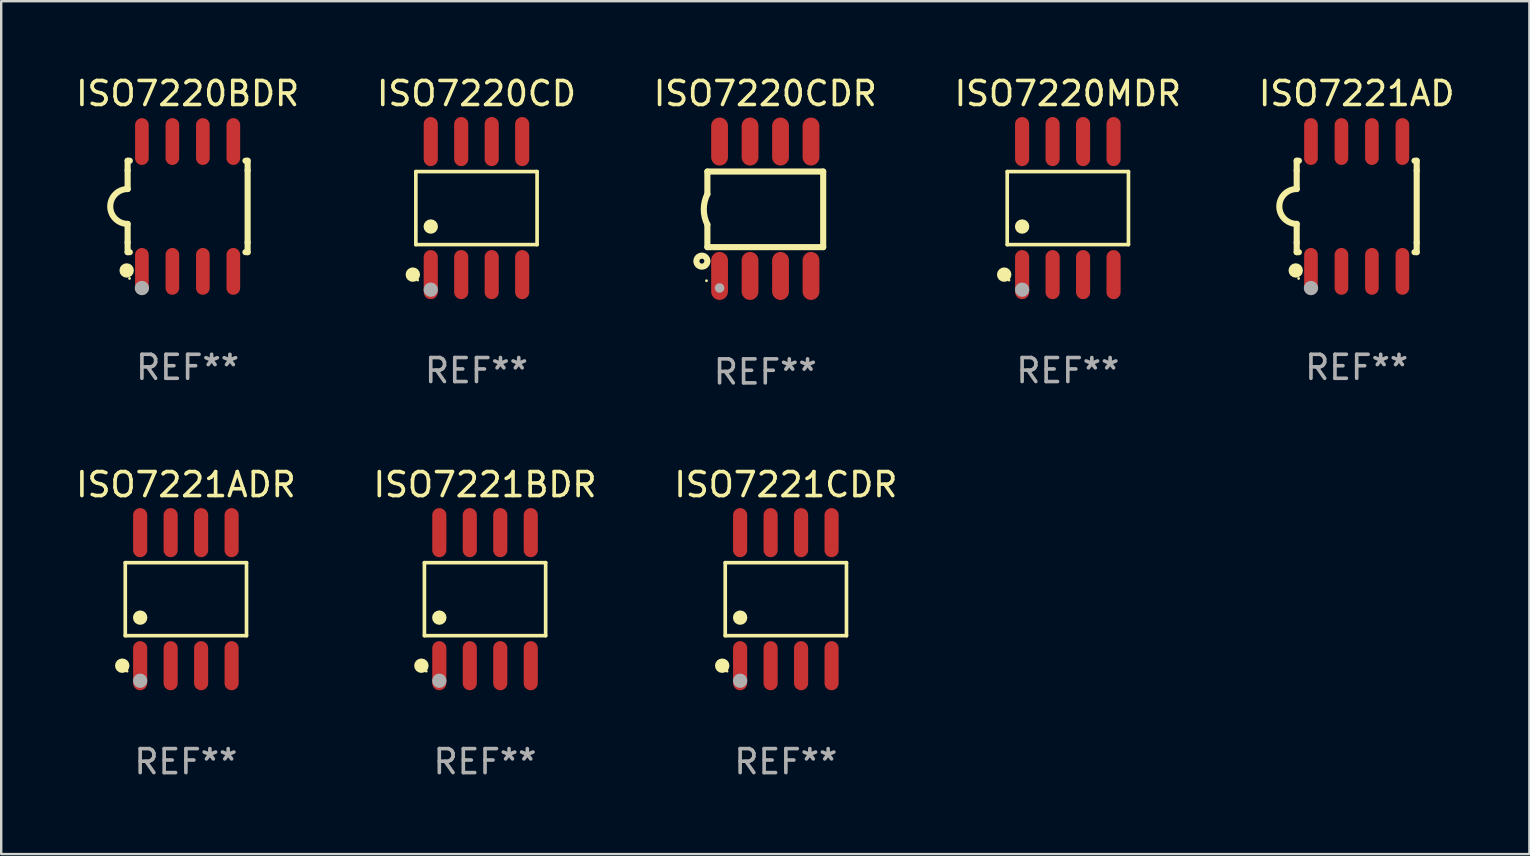
<source format=kicad_pcb>
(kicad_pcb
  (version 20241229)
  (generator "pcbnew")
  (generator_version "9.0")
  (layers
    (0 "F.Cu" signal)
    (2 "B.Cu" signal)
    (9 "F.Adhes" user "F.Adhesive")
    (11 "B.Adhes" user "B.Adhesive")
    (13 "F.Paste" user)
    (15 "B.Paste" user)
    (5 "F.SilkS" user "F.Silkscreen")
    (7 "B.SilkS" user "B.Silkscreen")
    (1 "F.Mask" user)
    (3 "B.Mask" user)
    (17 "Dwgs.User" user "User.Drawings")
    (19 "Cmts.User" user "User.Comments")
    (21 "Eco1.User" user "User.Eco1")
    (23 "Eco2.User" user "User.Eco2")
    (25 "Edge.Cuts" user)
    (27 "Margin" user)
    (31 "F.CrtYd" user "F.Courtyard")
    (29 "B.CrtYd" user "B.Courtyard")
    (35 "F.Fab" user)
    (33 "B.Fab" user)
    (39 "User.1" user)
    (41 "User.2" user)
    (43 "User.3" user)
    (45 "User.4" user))
  (footprint "ISO7220BDR"
    (layer "F.Cu")
    (at 4.768 5.553)
    (property "Reference" "ISO7220BDR" (at 0 -4.705 0) (layer "F.SilkS") (effects (font (size 1 1) (thickness 0.15))))
    (attr through_hole)
    (fp_line (start -2.5 -1.905) (end -2.409 -1.905) (stroke (width 0.254) (type solid)) (layer "F.SilkS"))
    (fp_line (start -2.5 -1.5) (end -2.5 -1.905) (stroke (width 0.254) (type solid)) (layer "F.SilkS"))
    (fp_line (start -2.5 -1.5) (end -2.5 -0.726) (stroke (width 0.254) (type solid)) (layer "F.SilkS"))
    (fp_line (start -2.5 1.5) (end -2.5 0.727) (stroke (width 0.254) (type solid)) (layer "F.SilkS"))
    (fp_line (start -2.5 1.5) (end -2.5 1.905) (stroke (width 0.254) (type solid)) (layer "F.SilkS"))
    (fp_line (start -2.5 1.905) (end -2.409 1.905) (stroke (width 0.254) (type solid)) (layer "F.SilkS"))
    (fp_line (start 2.5 -1.905) (end 2.409 -1.905) (stroke (width 0.254) (type solid)) (layer "F.SilkS"))
    (fp_line (start 2.5 -1.5) (end 2.5 -1.905) (stroke (width 0.254) (type solid)) (layer "F.SilkS"))
    (fp_line (start 2.5 -1.5) (end 2.5 1.5) (stroke (width 0.254) (type solid)) (layer "F.SilkS"))
    (fp_line (start 2.5 1.5) (end 2.5 1.905) (stroke (width 0.254) (type solid)) (layer "F.SilkS"))
    (fp_line (start 2.5 1.905) (end 2.409 1.905) (stroke (width 0.254) (type solid)) (layer "F.SilkS"))
    (fp_arc (start -2.5 0.726568) (mid -3.220316 -0.0023) (end -2.495097 -0.726289) (stroke (width 0.254001) (type solid)) (layer "F.SilkS"))
    (fp_circle (center -2.54 2.667) (end -2.39 2.667) (stroke (width 0.3) (type solid)) (fill no) (layer "F.SilkS"))
    (fp_circle (center -2.42 3) (end -2.39 3) (stroke (width 0.06) (type solid)) (fill no) (layer "F.SilkS"))
    (fp_circle (center -1.905 3.4) (end -1.755 3.4) (stroke (width 0.3) (type solid)) (fill no) (layer "F.Fab"))
    (fp_text user "REF**" (at 0 6.705 0) (layer "F.Fab") (effects (font (size 1 1) (thickness 0.15))))
    (pad "1" smd oval (at -1.905 2.705) (size 0.568 1.95) (layers "F.Cu" "F.Mask" "F.Paste"))
    (pad "2" smd oval (at -0.635 2.705) (size 0.568 1.95) (layers "F.Cu" "F.Mask" "F.Paste"))
    (pad "3" smd oval (at 0.635 2.705) (size 0.568 1.95) (layers "F.Cu" "F.Mask" "F.Paste"))
    (pad "4" smd oval (at 1.905 2.705) (size 0.568 1.95) (layers "F.Cu" "F.Mask" "F.Paste"))
    (pad "5" smd oval (at 1.905 -2.705) (size 0.568 1.95) (layers "F.Cu" "F.Mask" "F.Paste"))
    (pad "6" smd oval (at 0.635 -2.705) (size 0.568 1.95) (layers "F.Cu" "F.Mask" "F.Paste"))
    (pad "7" smd oval (at -0.635 -2.705) (size 0.568 1.95) (layers "F.Cu" "F.Mask" "F.Paste"))
    (pad "8" smd oval (at -1.905 -2.705) (size 0.568 1.95) (layers "F.Cu" "F.Mask" "F.Paste")))
  (footprint "ISO7220CDR"
    (layer "F.Cu")
    (at 28.839 5.648)
    (property "Reference" "ISO7220CDR" (at 0 -4.8 0) (layer "F.SilkS") (effects (font (size 1 1) (thickness 0.15))))
    (attr through_hole)
    (fp_line (start -2.413 -1.55) (end -2.413 -0.61) (stroke (width 0.254) (type solid)) (layer "F.SilkS"))
    (fp_line (start -2.413 0.66) (end -2.413 1.6) (stroke (width 0.254) (type solid)) (layer "F.SilkS"))
    (fp_line (start -2.413 1.6) (end 2.413 1.6) (stroke (width 0.254) (type solid)) (layer "F.SilkS"))
    (fp_line (start 2.413 -1.55) (end -2.413 -1.55) (stroke (width 0.254) (type solid)) (layer "F.SilkS"))
    (fp_line (start 2.413 1.6) (end 2.413 -1.55) (stroke (width 0.254) (type solid)) (layer "F.SilkS"))
    (fp_arc (start -2.413005 0.6603) (mid -2.562909 0.025298) (end -2.413005 -0.609703) (stroke (width 0.254001) (type solid)) (layer "F.SilkS"))
    (fp_circle (center -2.642 2.184) (end -2.54 2.184) (stroke (width 0.254) (type solid)) (fill no) (layer "F.SilkS"))
    (fp_circle (center -2.45 3) (end -2.42 3) (stroke (width 0.06) (type solid)) (fill no) (layer "F.SilkS"))
    (fp_circle (center -1.905 3.302) (end -1.805 3.302) (stroke (width 0.2) (type solid)) (fill no) (layer "F.Fab"))
    (fp_text user "REF**" (at 0 6.8 0) (layer "F.Fab") (effects (font (size 1 1) (thickness 0.15))))
    (pad "1" smd oval (at -1.905 2.8 180) (size 0.7 2) (layers "F.Cu" "F.Mask" "F.Paste"))
    (pad "2" smd oval (at -0.635 2.8 180) (size 0.7 2) (layers "F.Cu" "F.Mask" "F.Paste"))
    (pad "3" smd oval (at 0.635 2.8 180) (size 0.7 2) (layers "F.Cu" "F.Mask" "F.Paste"))
    (pad "4" smd oval (at 1.905 2.8 180) (size 0.7 2) (layers "F.Cu" "F.Mask" "F.Paste"))
    (pad "5" smd oval (at 1.905 -2.8 180) (size 0.7 2) (layers "F.Cu" "F.Mask" "F.Paste"))
    (pad "6" smd oval (at 0.635 -2.8 180) (size 0.7 2) (layers "F.Cu" "F.Mask" "F.Paste"))
    (pad "7" smd oval (at -0.635 -2.8 180) (size 0.7 2) (layers "F.Cu" "F.Mask" "F.Paste"))
    (pad "8" smd oval (at -1.905 -2.8 180) (size 0.7 2) (layers "F.Cu" "F.Mask" "F.Paste")))
  (footprint "ISO7220CD"
    (layer "F.Cu")
    (at 16.804 5.621)
    (property "Reference" "ISO7220CD" (at 0 -4.772 0) (layer "F.SilkS") (effects (font (size 1 1) (thickness 0.15))))
    (attr through_hole)
    (fp_line (start -2.526 -1.521) (end 2.526 -1.521) (stroke (width 0.152) (type solid)) (layer "F.SilkS"))
    (fp_line (start -2.526 1.521) (end -2.526 -1.521) (stroke (width 0.152) (type solid)) (layer "F.SilkS"))
    (fp_line (start 2.526 -1.521) (end 2.526 1.521) (stroke (width 0.152) (type solid)) (layer "F.SilkS"))
    (fp_line (start 2.526 1.521) (end -2.526 1.521) (stroke (width 0.152) (type solid)) (layer "F.SilkS"))
    (fp_circle (center -2.652 2.772) (end -2.501 2.772) (stroke (width 0.3) (type solid)) (fill no) (layer "F.SilkS"))
    (fp_circle (center -2.45 3) (end -2.42 3) (stroke (width 0.06) (type solid)) (fill no) (layer "F.SilkS"))
    (fp_circle (center -1.905 0.769) (end -1.755 0.769) (stroke (width 0.3) (type solid)) (fill no) (layer "F.SilkS"))
    (fp_circle (center -1.905 3.4) (end -1.755 3.4) (stroke (width 0.3) (type solid)) (fill no) (layer "F.Fab"))
    (fp_text user "REF**" (at 0 6.772 0) (layer "F.Fab") (effects (font (size 1 1) (thickness 0.15))))
    (pad "1" smd oval (at -1.905 2.772) (size 0.588 2.045) (layers "F.Cu" "F.Mask" "F.Paste"))
    (pad "2" smd oval (at -0.635 2.772) (size 0.588 2.045) (layers "F.Cu" "F.Mask" "F.Paste"))
    (pad "3" smd oval (at 0.635 2.772) (size 0.588 2.045) (layers "F.Cu" "F.Mask" "F.Paste"))
    (pad "4" smd oval (at 1.905 2.772) (size 0.588 2.045) (layers "F.Cu" "F.Mask" "F.Paste"))
    (pad "5" smd oval (at 1.905 -2.772) (size 0.588 2.045) (layers "F.Cu" "F.Mask" "F.Paste"))
    (pad "6" smd oval (at 0.635 -2.772) (size 0.588 2.045) (layers "F.Cu" "F.Mask" "F.Paste"))
    (pad "7" smd oval (at -0.635 -2.772) (size 0.588 2.045) (layers "F.Cu" "F.Mask" "F.Paste"))
    (pad "8" smd oval (at -1.905 -2.772) (size 0.588 2.045) (layers "F.Cu" "F.Mask" "F.Paste")))
  (footprint "ISO7220MDR"
    (layer "F.Cu")
    (at 41.446 5.621)
    (property "Reference" "ISO7220MDR" (at 0 -4.772 0) (layer "F.SilkS") (effects (font (size 1 1) (thickness 0.15))))
    (attr through_hole)
    (fp_line (start -2.526 -1.521) (end 2.526 -1.521) (stroke (width 0.152) (type solid)) (layer "F.SilkS"))
    (fp_line (start -2.526 1.521) (end -2.526 -1.521) (stroke (width 0.152) (type solid)) (layer "F.SilkS"))
    (fp_line (start 2.526 -1.521) (end 2.526 1.521) (stroke (width 0.152) (type solid)) (layer "F.SilkS"))
    (fp_line (start 2.526 1.521) (end -2.526 1.521) (stroke (width 0.152) (type solid)) (layer "F.SilkS"))
    (fp_circle (center -2.652 2.772) (end -2.501 2.772) (stroke (width 0.3) (type solid)) (fill no) (layer "F.SilkS"))
    (fp_circle (center -2.45 3) (end -2.42 3) (stroke (width 0.06) (type solid)) (fill no) (layer "F.SilkS"))
    (fp_circle (center -1.905 0.769) (end -1.755 0.769) (stroke (width 0.3) (type solid)) (fill no) (layer "F.SilkS"))
    (fp_circle (center -1.905 3.4) (end -1.755 3.4) (stroke (width 0.3) (type solid)) (fill no) (layer "F.Fab"))
    (fp_text user "REF**" (at 0 6.772 0) (layer "F.Fab") (effects (font (size 1 1) (thickness 0.15))))
    (pad "1" smd oval (at -1.905 2.772) (size 0.588 2.045) (layers "F.Cu" "F.Mask" "F.Paste"))
    (pad "2" smd oval (at -0.635 2.772) (size 0.588 2.045) (layers "F.Cu" "F.Mask" "F.Paste"))
    (pad "3" smd oval (at 0.635 2.772) (size 0.588 2.045) (layers "F.Cu" "F.Mask" "F.Paste"))
    (pad "4" smd oval (at 1.905 2.772) (size 0.588 2.045) (layers "F.Cu" "F.Mask" "F.Paste"))
    (pad "5" smd oval (at 1.905 -2.772) (size 0.588 2.045) (layers "F.Cu" "F.Mask" "F.Paste"))
    (pad "6" smd oval (at 0.635 -2.772) (size 0.588 2.045) (layers "F.Cu" "F.Mask" "F.Paste"))
    (pad "7" smd oval (at -0.635 -2.772) (size 0.588 2.045) (layers "F.Cu" "F.Mask" "F.Paste"))
    (pad "8" smd oval (at -1.905 -2.772) (size 0.588 2.045) (layers "F.Cu" "F.Mask" "F.Paste")))
  (footprint "ISO7221BDR"
    (layer "F.Cu")
    (at 17.161 21.917)
    (property "Reference" "ISO7221BDR" (at 0 -4.772 0) (layer "F.SilkS") (effects (font (size 1 1) (thickness 0.15))))
    (attr through_hole)
    (fp_line (start -2.526 -1.521) (end 2.526 -1.521) (stroke (width 0.152) (type solid)) (layer "F.SilkS"))
    (fp_line (start -2.526 1.521) (end -2.526 -1.521) (stroke (width 0.152) (type solid)) (layer "F.SilkS"))
    (fp_line (start 2.526 -1.521) (end 2.526 1.521) (stroke (width 0.152) (type solid)) (layer "F.SilkS"))
    (fp_line (start 2.526 1.521) (end -2.526 1.521) (stroke (width 0.152) (type solid)) (layer "F.SilkS"))
    (fp_circle (center -2.652 2.772) (end -2.501 2.772) (stroke (width 0.3) (type solid)) (fill no) (layer "F.SilkS"))
    (fp_circle (center -2.45 3) (end -2.42 3) (stroke (width 0.06) (type solid)) (fill no) (layer "F.SilkS"))
    (fp_circle (center -1.905 0.769) (end -1.755 0.769) (stroke (width 0.3) (type solid)) (fill no) (layer "F.SilkS"))
    (fp_circle (center -1.905 3.4) (end -1.755 3.4) (stroke (width 0.3) (type solid)) (fill no) (layer "F.Fab"))
    (fp_text user "REF**" (at 0 6.772 0) (layer "F.Fab") (effects (font (size 1 1) (thickness 0.15))))
    (pad "1" smd oval (at -1.905 2.772) (size 0.588 2.045) (layers "F.Cu" "F.Mask" "F.Paste"))
    (pad "2" smd oval (at -0.635 2.772) (size 0.588 2.045) (layers "F.Cu" "F.Mask" "F.Paste"))
    (pad "3" smd oval (at 0.635 2.772) (size 0.588 2.045) (layers "F.Cu" "F.Mask" "F.Paste"))
    (pad "4" smd oval (at 1.905 2.772) (size 0.588 2.045) (layers "F.Cu" "F.Mask" "F.Paste"))
    (pad "5" smd oval (at 1.905 -2.772) (size 0.588 2.045) (layers "F.Cu" "F.Mask" "F.Paste"))
    (pad "6" smd oval (at 0.635 -2.772) (size 0.588 2.045) (layers "F.Cu" "F.Mask" "F.Paste"))
    (pad "7" smd oval (at -0.635 -2.772) (size 0.588 2.045) (layers "F.Cu" "F.Mask" "F.Paste"))
    (pad "8" smd oval (at -1.905 -2.772) (size 0.588 2.045) (layers "F.Cu" "F.Mask" "F.Paste")))
  (footprint "ISO7221CDR"
    (layer "F.Cu")
    (at 29.696 21.917)
    (property "Reference" "ISO7221CDR" (at 0 -4.772 0) (layer "F.SilkS") (effects (font (size 1 1) (thickness 0.15))))
    (attr through_hole)
    (fp_line (start -2.526 -1.521) (end 2.526 -1.521) (stroke (width 0.152) (type solid)) (layer "F.SilkS"))
    (fp_line (start -2.526 1.521) (end -2.526 -1.521) (stroke (width 0.152) (type solid)) (layer "F.SilkS"))
    (fp_line (start 2.526 -1.521) (end 2.526 1.521) (stroke (width 0.152) (type solid)) (layer "F.SilkS"))
    (fp_line (start 2.526 1.521) (end -2.526 1.521) (stroke (width 0.152) (type solid)) (layer "F.SilkS"))
    (fp_circle (center -2.652 2.772) (end -2.501 2.772) (stroke (width 0.3) (type solid)) (fill no) (layer "F.SilkS"))
    (fp_circle (center -2.45 3) (end -2.42 3) (stroke (width 0.06) (type solid)) (fill no) (layer "F.SilkS"))
    (fp_circle (center -1.905 0.769) (end -1.755 0.769) (stroke (width 0.3) (type solid)) (fill no) (layer "F.SilkS"))
    (fp_circle (center -1.905 3.4) (end -1.755 3.4) (stroke (width 0.3) (type solid)) (fill no) (layer "F.Fab"))
    (fp_text user "REF**" (at 0 6.772 0) (layer "F.Fab") (effects (font (size 1 1) (thickness 0.15))))
    (pad "1" smd oval (at -1.905 2.772) (size 0.588 2.045) (layers "F.Cu" "F.Mask" "F.Paste"))
    (pad "2" smd oval (at -0.635 2.772) (size 0.588 2.045) (layers "F.Cu" "F.Mask" "F.Paste"))
    (pad "3" smd oval (at 0.635 2.772) (size 0.588 2.045) (layers "F.Cu" "F.Mask" "F.Paste"))
    (pad "4" smd oval (at 1.905 2.772) (size 0.588 2.045) (layers "F.Cu" "F.Mask" "F.Paste"))
    (pad "5" smd oval (at 1.905 -2.772) (size 0.588 2.045) (layers "F.Cu" "F.Mask" "F.Paste"))
    (pad "6" smd oval (at 0.635 -2.772) (size 0.588 2.045) (layers "F.Cu" "F.Mask" "F.Paste"))
    (pad "7" smd oval (at -0.635 -2.772) (size 0.588 2.045) (layers "F.Cu" "F.Mask" "F.Paste"))
    (pad "8" smd oval (at -1.905 -2.772) (size 0.588 2.045) (layers "F.Cu" "F.Mask" "F.Paste")))
  (footprint "ISO7221ADR"
    (layer "F.Cu")
    (at 4.696 21.917)
    (property "Reference" "ISO7221ADR" (at 0 -4.772 0) (layer "F.SilkS") (effects (font (size 1 1) (thickness 0.15))))
    (attr through_hole)
    (fp_line (start -2.526 -1.521) (end 2.526 -1.521) (stroke (width 0.152) (type solid)) (layer "F.SilkS"))
    (fp_line (start -2.526 1.521) (end -2.526 -1.521) (stroke (width 0.152) (type solid)) (layer "F.SilkS"))
    (fp_line (start 2.526 -1.521) (end 2.526 1.521) (stroke (width 0.152) (type solid)) (layer "F.SilkS"))
    (fp_line (start 2.526 1.521) (end -2.526 1.521) (stroke (width 0.152) (type solid)) (layer "F.SilkS"))
    (fp_circle (center -2.652 2.772) (end -2.501 2.772) (stroke (width 0.3) (type solid)) (fill no) (layer "F.SilkS"))
    (fp_circle (center -2.45 3) (end -2.42 3) (stroke (width 0.06) (type solid)) (fill no) (layer "F.SilkS"))
    (fp_circle (center -1.905 0.769) (end -1.755 0.769) (stroke (width 0.3) (type solid)) (fill no) (layer "F.SilkS"))
    (fp_circle (center -1.905 3.4) (end -1.755 3.4) (stroke (width 0.3) (type solid)) (fill no) (layer "F.Fab"))
    (fp_text user "REF**" (at 0 6.772 0) (layer "F.Fab") (effects (font (size 1 1) (thickness 0.15))))
    (pad "1" smd oval (at -1.905 2.772) (size 0.588 2.045) (layers "F.Cu" "F.Mask" "F.Paste"))
    (pad "2" smd oval (at -0.635 2.772) (size 0.588 2.045) (layers "F.Cu" "F.Mask" "F.Paste"))
    (pad "3" smd oval (at 0.635 2.772) (size 0.588 2.045) (layers "F.Cu" "F.Mask" "F.Paste"))
    (pad "4" smd oval (at 1.905 2.772) (size 0.588 2.045) (layers "F.Cu" "F.Mask" "F.Paste"))
    (pad "5" smd oval (at 1.905 -2.772) (size 0.588 2.045) (layers "F.Cu" "F.Mask" "F.Paste"))
    (pad "6" smd oval (at 0.635 -2.772) (size 0.588 2.045) (layers "F.Cu" "F.Mask" "F.Paste"))
    (pad "7" smd oval (at -0.635 -2.772) (size 0.588 2.045) (layers "F.Cu" "F.Mask" "F.Paste"))
    (pad "8" smd oval (at -1.905 -2.772) (size 0.588 2.045) (layers "F.Cu" "F.Mask" "F.Paste")))
  (footprint "ISO7221AD"
    (layer "F.Cu")
    (at 53.482 5.553)
    (property "Reference" "ISO7221AD" (at 0 -4.705 0) (layer "F.SilkS") (effects (font (size 1 1) (thickness 0.15))))
    (attr through_hole)
    (fp_line (start -2.5 -1.905) (end -2.409 -1.905) (stroke (width 0.254) (type solid)) (layer "F.SilkS"))
    (fp_line (start -2.5 -1.5) (end -2.5 -1.905) (stroke (width 0.254) (type solid)) (layer "F.SilkS"))
    (fp_line (start -2.5 -1.5) (end -2.5 -0.726) (stroke (width 0.254) (type solid)) (layer "F.SilkS"))
    (fp_line (start -2.5 1.5) (end -2.5 0.727) (stroke (width 0.254) (type solid)) (layer "F.SilkS"))
    (fp_line (start -2.5 1.5) (end -2.5 1.905) (stroke (width 0.254) (type solid)) (layer "F.SilkS"))
    (fp_line (start -2.5 1.905) (end -2.409 1.905) (stroke (width 0.254) (type solid)) (layer "F.SilkS"))
    (fp_line (start 2.5 -1.905) (end 2.409 -1.905) (stroke (width 0.254) (type solid)) (layer "F.SilkS"))
    (fp_line (start 2.5 -1.5) (end 2.5 -1.905) (stroke (width 0.254) (type solid)) (layer "F.SilkS"))
    (fp_line (start 2.5 -1.5) (end 2.5 1.5) (stroke (width 0.254) (type solid)) (layer "F.SilkS"))
    (fp_line (start 2.5 1.5) (end 2.5 1.905) (stroke (width 0.254) (type solid)) (layer "F.SilkS"))
    (fp_line (start 2.5 1.905) (end 2.409 1.905) (stroke (width 0.254) (type solid)) (layer "F.SilkS"))
    (fp_arc (start -2.5 0.726568) (mid -3.220316 -0.0023) (end -2.495097 -0.726289) (stroke (width 0.254001) (type solid)) (layer "F.SilkS"))
    (fp_circle (center -2.54 2.667) (end -2.39 2.667) (stroke (width 0.3) (type solid)) (fill no) (layer "F.SilkS"))
    (fp_circle (center -2.42 3) (end -2.39 3) (stroke (width 0.06) (type solid)) (fill no) (layer "F.SilkS"))
    (fp_circle (center -1.905 3.4) (end -1.755 3.4) (stroke (width 0.3) (type solid)) (fill no) (layer "F.Fab"))
    (fp_text user "REF**" (at 0 6.705 0) (layer "F.Fab") (effects (font (size 1 1) (thickness 0.15))))
    (pad "1" smd oval (at -1.905 2.705) (size 0.568 1.95) (layers "F.Cu" "F.Mask" "F.Paste"))
    (pad "2" smd oval (at -0.635 2.705) (size 0.568 1.95) (layers "F.Cu" "F.Mask" "F.Paste"))
    (pad "3" smd oval (at 0.635 2.705) (size 0.568 1.95) (layers "F.Cu" "F.Mask" "F.Paste"))
    (pad "4" smd oval (at 1.905 2.705) (size 0.568 1.95) (layers "F.Cu" "F.Mask" "F.Paste"))
    (pad "5" smd oval (at 1.905 -2.705) (size 0.568 1.95) (layers "F.Cu" "F.Mask" "F.Paste"))
    (pad "6" smd oval (at 0.635 -2.705) (size 0.568 1.95) (layers "F.Cu" "F.Mask" "F.Paste"))
    (pad "7" smd oval (at -0.635 -2.705) (size 0.568 1.95) (layers "F.Cu" "F.Mask" "F.Paste"))
    (pad "8" smd oval (at -1.905 -2.705) (size 0.568 1.95) (layers "F.Cu" "F.Mask" "F.Paste")))
  (gr_rect
    (start -3 -3)
    (end 60.679 32.538)
    (stroke (width 0.1) (type default))
    (fill no)
    (layer "Edge.Cuts")))
</source>
